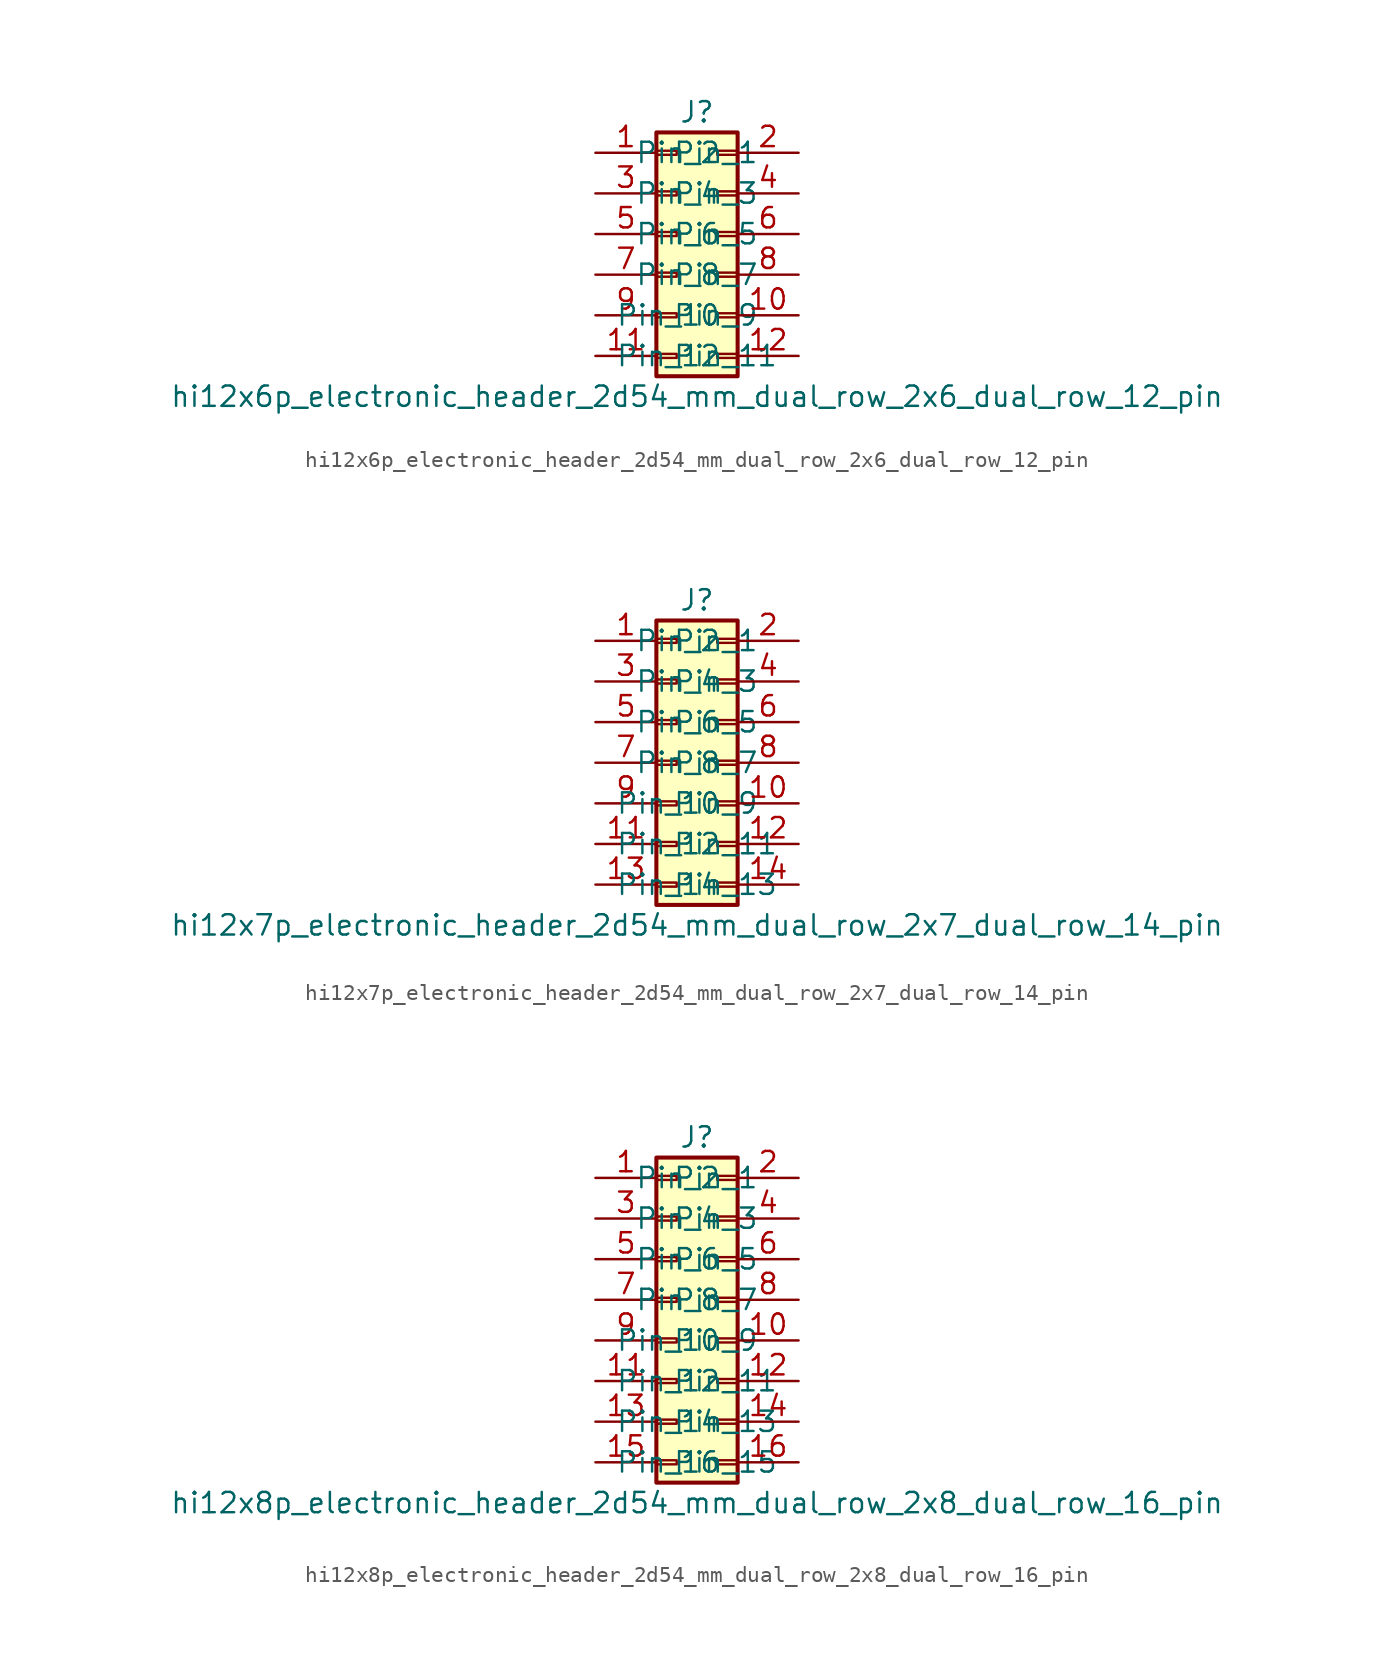
<source format=kicad_sym>
(kicad_symbol_lib
  (version 20220914)
  (generator kicad_symbol_editor)
  (symbol "hi12x6p_electronic_header_2d54_mm_dual_row_2x6_dual_row_12_pin"
    (pin_names
      (offset 1.016))
    (property "Reference" "J"
      (at 1.27 7.62 0)
      (effects (font (size 1.27 1.27))))
    (property "Value" "hi12x6p_electronic_header_2d54_mm_dual_row_2x6_dual_row_12_pin"
      (at 1.27 -10.16 0)
      (effects (font (size 1.27 1.27))))
    (symbol "hi12x6p_electronic_header_2d54_mm_dual_row_2x6_dual_row_12_pin_1_1"
      (rectangle (start -1.27 -7.493) (end 0 -7.747) (stroke (width 0.152) (type default)) (fill (type none)))
      (rectangle (start -1.27 -4.953) (end 0 -5.207) (stroke (width 0.152) (type default)) (fill (type none)))
      (rectangle (start -1.27 -2.413) (end 0 -2.667) (stroke (width 0.152) (type default)) (fill (type none)))
      (rectangle (start -1.27 0.127) (end 0 -0.127) (stroke (width 0.152) (type default)) (fill (type none)))
      (rectangle (start -1.27 2.667) (end 0 2.413) (stroke (width 0.152) (type default)) (fill (type none)))
      (rectangle (start -1.27 5.207) (end 0 4.953) (stroke (width 0.152) (type default)) (fill (type none)))
      (rectangle (start -1.27 6.35) (end 3.81 -8.89) (stroke (width 0.254) (type default)) (fill (type background)))
      (rectangle (start 3.81 -7.493) (end 2.54 -7.747) (stroke (width 0.152) (type default)) (fill (type none)))
      (rectangle (start 3.81 -4.953) (end 2.54 -5.207) (stroke (width 0.152) (type default)) (fill (type none)))
      (rectangle (start 3.81 -2.413) (end 2.54 -2.667) (stroke (width 0.152) (type default)) (fill (type none)))
      (rectangle (start 3.81 0.127) (end 2.54 -0.127) (stroke (width 0.152) (type default)) (fill (type none)))
      (rectangle (start 3.81 2.667) (end 2.54 2.413) (stroke (width 0.152) (type default)) (fill (type none)))
      (rectangle (start 3.81 5.207) (end 2.54 4.953) (stroke (width 0.152) (type default)) (fill (type none)))
      (pin passive line (at -5.08 5.08 0) (length 3.81) (name "Pin_1" (effects (font (size 1.27 1.27)))) (number "1" (effects (font (size 1.27 1.27)))))
      (pin passive line (at 7.62 -5.08 180) (length 3.81) (name "Pin_10" (effects (font (size 1.27 1.27)))) (number "10" (effects (font (size 1.27 1.27)))))
      (pin passive line (at -5.08 -7.62 0) (length 3.81) (name "Pin_11" (effects (font (size 1.27 1.27)))) (number "11" (effects (font (size 1.27 1.27)))))
      (pin passive line (at 7.62 -7.62 180) (length 3.81) (name "Pin_12" (effects (font (size 1.27 1.27)))) (number "12" (effects (font (size 1.27 1.27)))))
      (pin passive line (at 7.62 5.08 180) (length 3.81) (name "Pin_2" (effects (font (size 1.27 1.27)))) (number "2" (effects (font (size 1.27 1.27)))))
      (pin passive line (at -5.08 2.54 0) (length 3.81) (name "Pin_3" (effects (font (size 1.27 1.27)))) (number "3" (effects (font (size 1.27 1.27)))))
      (pin passive line (at 7.62 2.54 180) (length 3.81) (name "Pin_4" (effects (font (size 1.27 1.27)))) (number "4" (effects (font (size 1.27 1.27)))))
      (pin passive line (at -5.08 0 0) (length 3.81) (name "Pin_5" (effects (font (size 1.27 1.27)))) (number "5" (effects (font (size 1.27 1.27)))))
      (pin passive line (at 7.62 0 180) (length 3.81) (name "Pin_6" (effects (font (size 1.27 1.27)))) (number "6" (effects (font (size 1.27 1.27)))))
      (pin passive line (at -5.08 -2.54 0) (length 3.81) (name "Pin_7" (effects (font (size 1.27 1.27)))) (number "7" (effects (font (size 1.27 1.27)))))
      (pin passive line (at 7.62 -2.54 180) (length 3.81) (name "Pin_8" (effects (font (size 1.27 1.27)))) (number "8" (effects (font (size 1.27 1.27)))))
      (pin passive line (at -5.08 -5.08 0) (length 3.81) (name "Pin_9" (effects (font (size 1.27 1.27)))) (number "9" (effects (font (size 1.27 1.27)))))))
  (symbol "hi12x7p_electronic_header_2d54_mm_dual_row_2x7_dual_row_14_pin"
    (pin_names
      (offset 1.016))
    (property "Reference" "J"
      (at 1.27 10.16 0)
      (effects (font (size 1.27 1.27))))
    (property "Value" "hi12x7p_electronic_header_2d54_mm_dual_row_2x7_dual_row_14_pin"
      (at 1.27 -10.16 0)
      (effects (font (size 1.27 1.27))))
    (symbol "hi12x7p_electronic_header_2d54_mm_dual_row_2x7_dual_row_14_pin_1_1"
      (rectangle (start -1.27 -7.493) (end 0 -7.747) (stroke (width 0.152) (type default)) (fill (type none)))
      (rectangle (start -1.27 -4.953) (end 0 -5.207) (stroke (width 0.152) (type default)) (fill (type none)))
      (rectangle (start -1.27 -2.413) (end 0 -2.667) (stroke (width 0.152) (type default)) (fill (type none)))
      (rectangle (start -1.27 0.127) (end 0 -0.127) (stroke (width 0.152) (type default)) (fill (type none)))
      (rectangle (start -1.27 2.667) (end 0 2.413) (stroke (width 0.152) (type default)) (fill (type none)))
      (rectangle (start -1.27 5.207) (end 0 4.953) (stroke (width 0.152) (type default)) (fill (type none)))
      (rectangle (start -1.27 7.747) (end 0 7.493) (stroke (width 0.152) (type default)) (fill (type none)))
      (rectangle (start -1.27 8.89) (end 3.81 -8.89) (stroke (width 0.254) (type default)) (fill (type background)))
      (rectangle (start 3.81 -7.493) (end 2.54 -7.747) (stroke (width 0.152) (type default)) (fill (type none)))
      (rectangle (start 3.81 -4.953) (end 2.54 -5.207) (stroke (width 0.152) (type default)) (fill (type none)))
      (rectangle (start 3.81 -2.413) (end 2.54 -2.667) (stroke (width 0.152) (type default)) (fill (type none)))
      (rectangle (start 3.81 0.127) (end 2.54 -0.127) (stroke (width 0.152) (type default)) (fill (type none)))
      (rectangle (start 3.81 2.667) (end 2.54 2.413) (stroke (width 0.152) (type default)) (fill (type none)))
      (rectangle (start 3.81 5.207) (end 2.54 4.953) (stroke (width 0.152) (type default)) (fill (type none)))
      (rectangle (start 3.81 7.747) (end 2.54 7.493) (stroke (width 0.152) (type default)) (fill (type none)))
      (pin passive line (at -5.08 7.62 0) (length 3.81) (name "Pin_1" (effects (font (size 1.27 1.27)))) (number "1" (effects (font (size 1.27 1.27)))))
      (pin passive line (at 7.62 -2.54 180) (length 3.81) (name "Pin_10" (effects (font (size 1.27 1.27)))) (number "10" (effects (font (size 1.27 1.27)))))
      (pin passive line (at -5.08 -5.08 0) (length 3.81) (name "Pin_11" (effects (font (size 1.27 1.27)))) (number "11" (effects (font (size 1.27 1.27)))))
      (pin passive line (at 7.62 -5.08 180) (length 3.81) (name "Pin_12" (effects (font (size 1.27 1.27)))) (number "12" (effects (font (size 1.27 1.27)))))
      (pin passive line (at -5.08 -7.62 0) (length 3.81) (name "Pin_13" (effects (font (size 1.27 1.27)))) (number "13" (effects (font (size 1.27 1.27)))))
      (pin passive line (at 7.62 -7.62 180) (length 3.81) (name "Pin_14" (effects (font (size 1.27 1.27)))) (number "14" (effects (font (size 1.27 1.27)))))
      (pin passive line (at 7.62 7.62 180) (length 3.81) (name "Pin_2" (effects (font (size 1.27 1.27)))) (number "2" (effects (font (size 1.27 1.27)))))
      (pin passive line (at -5.08 5.08 0) (length 3.81) (name "Pin_3" (effects (font (size 1.27 1.27)))) (number "3" (effects (font (size 1.27 1.27)))))
      (pin passive line (at 7.62 5.08 180) (length 3.81) (name "Pin_4" (effects (font (size 1.27 1.27)))) (number "4" (effects (font (size 1.27 1.27)))))
      (pin passive line (at -5.08 2.54 0) (length 3.81) (name "Pin_5" (effects (font (size 1.27 1.27)))) (number "5" (effects (font (size 1.27 1.27)))))
      (pin passive line (at 7.62 2.54 180) (length 3.81) (name "Pin_6" (effects (font (size 1.27 1.27)))) (number "6" (effects (font (size 1.27 1.27)))))
      (pin passive line (at -5.08 0 0) (length 3.81) (name "Pin_7" (effects (font (size 1.27 1.27)))) (number "7" (effects (font (size 1.27 1.27)))))
      (pin passive line (at 7.62 0 180) (length 3.81) (name "Pin_8" (effects (font (size 1.27 1.27)))) (number "8" (effects (font (size 1.27 1.27)))))
      (pin passive line (at -5.08 -2.54 0) (length 3.81) (name "Pin_9" (effects (font (size 1.27 1.27)))) (number "9" (effects (font (size 1.27 1.27)))))))
  (symbol "hi12x8p_electronic_header_2d54_mm_dual_row_2x8_dual_row_16_pin"
    (pin_names
      (offset 1.016))
    (property "Reference" "J"
      (at 1.27 10.16 0)
      (effects (font (size 1.27 1.27))))
    (property "Value" "hi12x8p_electronic_header_2d54_mm_dual_row_2x8_dual_row_16_pin"
      (at 1.27 -12.7 0)
      (effects (font (size 1.27 1.27))))
    (symbol "hi12x8p_electronic_header_2d54_mm_dual_row_2x8_dual_row_16_pin_1_1"
      (rectangle (start -1.27 -10.033) (end 0 -10.287) (stroke (width 0.152) (type default)) (fill (type none)))
      (rectangle (start -1.27 -7.493) (end 0 -7.747) (stroke (width 0.152) (type default)) (fill (type none)))
      (rectangle (start -1.27 -4.953) (end 0 -5.207) (stroke (width 0.152) (type default)) (fill (type none)))
      (rectangle (start -1.27 -2.413) (end 0 -2.667) (stroke (width 0.152) (type default)) (fill (type none)))
      (rectangle (start -1.27 0.127) (end 0 -0.127) (stroke (width 0.152) (type default)) (fill (type none)))
      (rectangle (start -1.27 2.667) (end 0 2.413) (stroke (width 0.152) (type default)) (fill (type none)))
      (rectangle (start -1.27 5.207) (end 0 4.953) (stroke (width 0.152) (type default)) (fill (type none)))
      (rectangle (start -1.27 7.747) (end 0 7.493) (stroke (width 0.152) (type default)) (fill (type none)))
      (rectangle (start -1.27 8.89) (end 3.81 -11.43) (stroke (width 0.254) (type default)) (fill (type background)))
      (rectangle (start 3.81 -10.033) (end 2.54 -10.287) (stroke (width 0.152) (type default)) (fill (type none)))
      (rectangle (start 3.81 -7.493) (end 2.54 -7.747) (stroke (width 0.152) (type default)) (fill (type none)))
      (rectangle (start 3.81 -4.953) (end 2.54 -5.207) (stroke (width 0.152) (type default)) (fill (type none)))
      (rectangle (start 3.81 -2.413) (end 2.54 -2.667) (stroke (width 0.152) (type default)) (fill (type none)))
      (rectangle (start 3.81 0.127) (end 2.54 -0.127) (stroke (width 0.152) (type default)) (fill (type none)))
      (rectangle (start 3.81 2.667) (end 2.54 2.413) (stroke (width 0.152) (type default)) (fill (type none)))
      (rectangle (start 3.81 5.207) (end 2.54 4.953) (stroke (width 0.152) (type default)) (fill (type none)))
      (rectangle (start 3.81 7.747) (end 2.54 7.493) (stroke (width 0.152) (type default)) (fill (type none)))
      (pin passive line (at -5.08 7.62 0) (length 3.81) (name "Pin_1" (effects (font (size 1.27 1.27)))) (number "1" (effects (font (size 1.27 1.27)))))
      (pin passive line (at 7.62 -2.54 180) (length 3.81) (name "Pin_10" (effects (font (size 1.27 1.27)))) (number "10" (effects (font (size 1.27 1.27)))))
      (pin passive line (at -5.08 -5.08 0) (length 3.81) (name "Pin_11" (effects (font (size 1.27 1.27)))) (number "11" (effects (font (size 1.27 1.27)))))
      (pin passive line (at 7.62 -5.08 180) (length 3.81) (name "Pin_12" (effects (font (size 1.27 1.27)))) (number "12" (effects (font (size 1.27 1.27)))))
      (pin passive line (at -5.08 -7.62 0) (length 3.81) (name "Pin_13" (effects (font (size 1.27 1.27)))) (number "13" (effects (font (size 1.27 1.27)))))
      (pin passive line (at 7.62 -7.62 180) (length 3.81) (name "Pin_14" (effects (font (size 1.27 1.27)))) (number "14" (effects (font (size 1.27 1.27)))))
      (pin passive line (at -5.08 -10.16 0) (length 3.81) (name "Pin_15" (effects (font (size 1.27 1.27)))) (number "15" (effects (font (size 1.27 1.27)))))
      (pin passive line (at 7.62 -10.16 180) (length 3.81) (name "Pin_16" (effects (font (size 1.27 1.27)))) (number "16" (effects (font (size 1.27 1.27)))))
      (pin passive line (at 7.62 7.62 180) (length 3.81) (name "Pin_2" (effects (font (size 1.27 1.27)))) (number "2" (effects (font (size 1.27 1.27)))))
      (pin passive line (at -5.08 5.08 0) (length 3.81) (name "Pin_3" (effects (font (size 1.27 1.27)))) (number "3" (effects (font (size 1.27 1.27)))))
      (pin passive line (at 7.62 5.08 180) (length 3.81) (name "Pin_4" (effects (font (size 1.27 1.27)))) (number "4" (effects (font (size 1.27 1.27)))))
      (pin passive line (at -5.08 2.54 0) (length 3.81) (name "Pin_5" (effects (font (size 1.27 1.27)))) (number "5" (effects (font (size 1.27 1.27)))))
      (pin passive line (at 7.62 2.54 180) (length 3.81) (name "Pin_6" (effects (font (size 1.27 1.27)))) (number "6" (effects (font (size 1.27 1.27)))))
      (pin passive line (at -5.08 0 0) (length 3.81) (name "Pin_7" (effects (font (size 1.27 1.27)))) (number "7" (effects (font (size 1.27 1.27)))))
      (pin passive line (at 7.62 0 180) (length 3.81) (name "Pin_8" (effects (font (size 1.27 1.27)))) (number "8" (effects (font (size 1.27 1.27)))))
      (pin passive line (at -5.08 -2.54 0) (length 3.81) (name "Pin_9" (effects (font (size 1.27 1.27)))) (number "9" (effects (font (size 1.27 1.27))))))))
</source>
